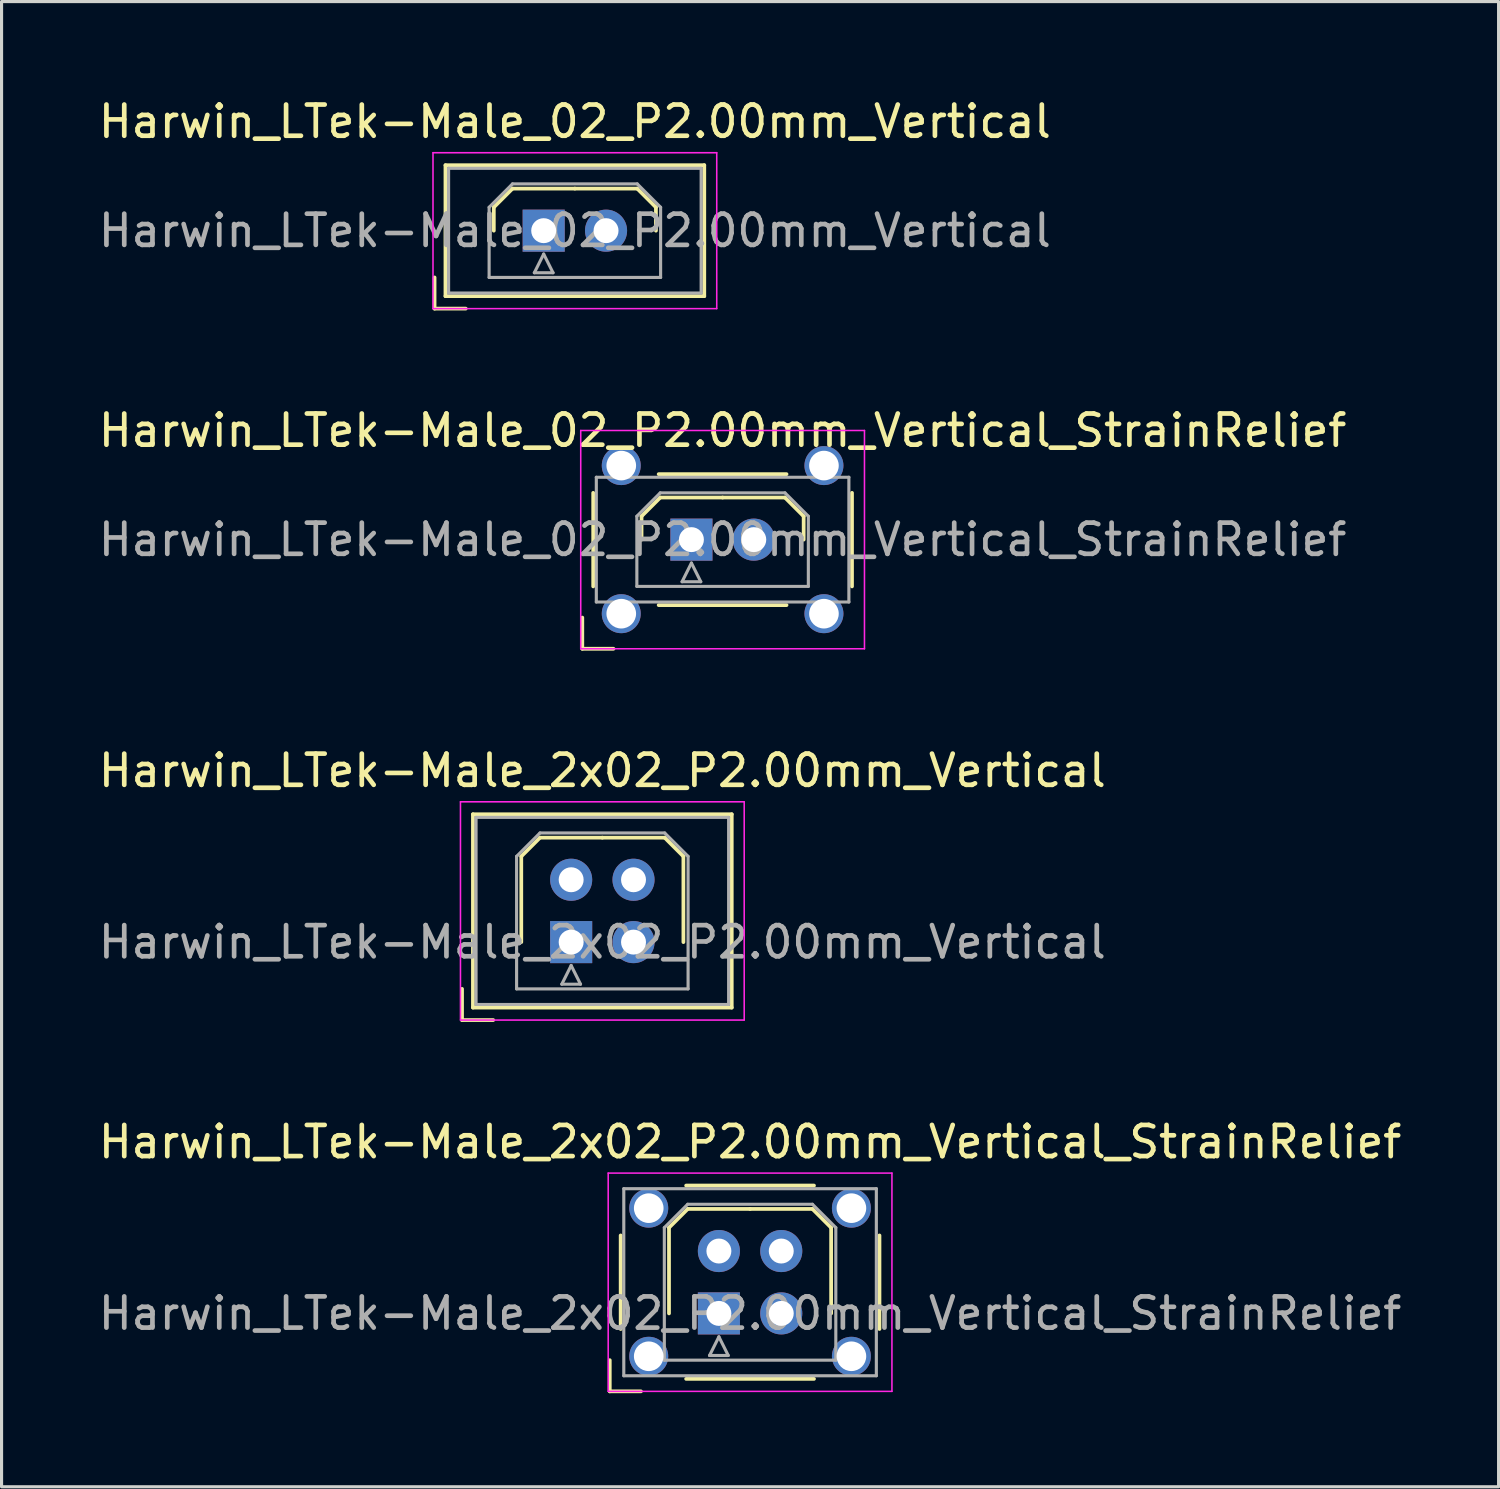
<source format=kicad_pcb>
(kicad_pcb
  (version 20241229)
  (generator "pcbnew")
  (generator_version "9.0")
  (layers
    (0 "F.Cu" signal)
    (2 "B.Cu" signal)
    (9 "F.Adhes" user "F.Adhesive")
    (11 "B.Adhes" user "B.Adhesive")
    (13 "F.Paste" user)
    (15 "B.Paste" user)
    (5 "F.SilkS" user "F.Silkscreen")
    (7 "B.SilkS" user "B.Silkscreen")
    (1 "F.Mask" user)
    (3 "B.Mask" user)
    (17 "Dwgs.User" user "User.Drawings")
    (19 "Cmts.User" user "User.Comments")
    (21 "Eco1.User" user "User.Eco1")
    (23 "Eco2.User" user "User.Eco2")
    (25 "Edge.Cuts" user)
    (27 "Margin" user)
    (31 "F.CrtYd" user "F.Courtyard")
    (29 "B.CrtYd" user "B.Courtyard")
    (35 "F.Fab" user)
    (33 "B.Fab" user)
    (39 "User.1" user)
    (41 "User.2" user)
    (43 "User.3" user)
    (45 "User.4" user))
  (footprint "Harwin_LTek-Male_02_P2.00mm_Vertical"
    (layer "F.Cu")
    (at 14.387 4.348)
    (property "Reference" "Harwin_LTek-Male_02_P2.00mm_Vertical" (at 1 -3.5 0) (layer "F.SilkS") (effects (font (size 1 1) (thickness 0.15))))
    (attr through_hole)
    (fp_line (start -3.5 1.5) (end -3.5 2.5) (stroke (width 0.12) (type solid)) (layer "F.SilkS"))
    (fp_line (start -3.5 2.5) (end -2.5 2.5) (stroke (width 0.12) (type solid)) (layer "F.SilkS"))
    (fp_line (start -3.15 -2.1) (end -3.15 2.1) (stroke (width 0.12) (type solid)) (layer "F.SilkS"))
    (fp_line (start -3.15 2.1) (end 5.15 2.1) (stroke (width 0.12) (type solid)) (layer "F.SilkS"))
    (fp_line (start -1.6 -0.75) (end -1 -1.35) (stroke (width 0.12) (type solid)) (layer "F.SilkS"))
    (fp_line (start -1.6 0) (end -1.6 -0.75) (stroke (width 0.12) (type solid)) (layer "F.SilkS"))
    (fp_line (start -1 -1.35) (end 1 -1.35) (stroke (width 0.12) (type solid)) (layer "F.SilkS"))
    (fp_line (start 3 -1.35) (end 1 -1.35) (stroke (width 0.12) (type solid)) (layer "F.SilkS"))
    (fp_line (start 3.6 -0.75) (end 3 -1.35) (stroke (width 0.12) (type solid)) (layer "F.SilkS"))
    (fp_line (start 3.6 0) (end 3.6 -0.75) (stroke (width 0.12) (type solid)) (layer "F.SilkS"))
    (fp_line (start 5.15 -2.1) (end -3.15 -2.1) (stroke (width 0.12) (type solid)) (layer "F.SilkS"))
    (fp_line (start 5.15 2.1) (end 5.15 -2.1) (stroke (width 0.12) (type solid)) (layer "F.SilkS"))
    (fp_line (start -3.55 -2.5) (end -3.55 2.5) (stroke (width 0.05) (type solid)) (layer "F.CrtYd"))
    (fp_line (start -3.55 2.5) (end 5.55 2.5) (stroke (width 0.05) (type solid)) (layer "F.CrtYd"))
    (fp_line (start 5.55 -2.5) (end -3.55 -2.5) (stroke (width 0.05) (type solid)) (layer "F.CrtYd"))
    (fp_line (start 5.55 2.5) (end 5.55 -2.5) (stroke (width 0.05) (type solid)) (layer "F.CrtYd"))
    (fp_line (start -3.05 -2) (end -3.05 2) (stroke (width 0.1) (type solid)) (layer "F.Fab"))
    (fp_line (start -3.05 2) (end 5.05 2) (stroke (width 0.1) (type solid)) (layer "F.Fab"))
    (fp_line (start -1.75 -0.75) (end -1 -1.5) (stroke (width 0.1) (type solid)) (layer "F.Fab"))
    (fp_line (start -1.75 1.5) (end -1.75 -0.75) (stroke (width 0.1) (type solid)) (layer "F.Fab"))
    (fp_line (start -1 -1.5) (end 3 -1.5) (stroke (width 0.1) (type solid)) (layer "F.Fab"))
    (fp_line (start -0.3 1.35) (end 0.3 1.35) (stroke (width 0.1) (type solid)) (layer "F.Fab"))
    (fp_line (start 0 0.75) (end -0.3 1.35) (stroke (width 0.1) (type solid)) (layer "F.Fab"))
    (fp_line (start 0.3 1.35) (end 0 0.75) (stroke (width 0.1) (type solid)) (layer "F.Fab"))
    (fp_line (start 3 -1.5) (end 3.75 -0.75) (stroke (width 0.1) (type solid)) (layer "F.Fab"))
    (fp_line (start 3.75 -0.75) (end 3.75 1.5) (stroke (width 0.1) (type solid)) (layer "F.Fab"))
    (fp_line (start 3.75 1.5) (end -1.75 1.5) (stroke (width 0.1) (type solid)) (layer "F.Fab"))
    (fp_line (start 5.05 -2) (end -3.05 -2) (stroke (width 0.1) (type solid)) (layer "F.Fab"))
    (fp_line (start 5.05 2) (end 5.05 -2) (stroke (width 0.1) (type solid)) (layer "F.Fab"))
    (fp_text user "${REFERENCE}" (at 1 0 0) (layer "F.Fab") (effects (font (size 1 1) (thickness 0.15))))
    (pad "1" thru_hole rect (at 0 0) (size 1.35 1.35) (drill 0.8) (layers "*.Cu" "*.Mask"))
    (pad "2" thru_hole circle (at 2 0) (size 1.35 1.35) (drill 0.8) (layers "*.Cu" "*.Mask")))
  (footprint "Harwin_LTek-Male_2x02_P2.00mm_Vertical"
    (layer "F.Cu")
    (at 15.268 27.165)
    (property "Reference" "Harwin_LTek-Male_2x02_P2.00mm_Vertical" (at 1 -5.5 0) (layer "F.SilkS") (effects (font (size 1 1) (thickness 0.15))))
    (attr through_hole)
    (fp_line (start -3.5 1.5) (end -3.5 2.5) (stroke (width 0.12) (type solid)) (layer "F.SilkS"))
    (fp_line (start -3.5 2.5) (end -2.5 2.5) (stroke (width 0.12) (type solid)) (layer "F.SilkS"))
    (fp_line (start -3.15 -4.1) (end -3.15 2.1) (stroke (width 0.12) (type solid)) (layer "F.SilkS"))
    (fp_line (start -3.15 2.1) (end 5.15 2.1) (stroke (width 0.12) (type solid)) (layer "F.SilkS"))
    (fp_line (start -1.6 -2.75) (end -1 -3.35) (stroke (width 0.12) (type solid)) (layer "F.SilkS"))
    (fp_line (start -1.6 0) (end -1.6 -2.75) (stroke (width 0.12) (type solid)) (layer "F.SilkS"))
    (fp_line (start -1 -3.35) (end 1 -3.35) (stroke (width 0.12) (type solid)) (layer "F.SilkS"))
    (fp_line (start 3 -3.35) (end 1 -3.35) (stroke (width 0.12) (type solid)) (layer "F.SilkS"))
    (fp_line (start 3.6 -2.75) (end 3 -3.35) (stroke (width 0.12) (type solid)) (layer "F.SilkS"))
    (fp_line (start 3.6 0) (end 3.6 -2.75) (stroke (width 0.12) (type solid)) (layer "F.SilkS"))
    (fp_line (start 5.15 -4.1) (end -3.15 -4.1) (stroke (width 0.12) (type solid)) (layer "F.SilkS"))
    (fp_line (start 5.15 2.1) (end 5.15 -4.1) (stroke (width 0.12) (type solid)) (layer "F.SilkS"))
    (fp_line (start -3.55 -4.5) (end -3.55 2.5) (stroke (width 0.05) (type solid)) (layer "F.CrtYd"))
    (fp_line (start -3.55 2.5) (end 5.55 2.5) (stroke (width 0.05) (type solid)) (layer "F.CrtYd"))
    (fp_line (start 5.55 -4.5) (end -3.55 -4.5) (stroke (width 0.05) (type solid)) (layer "F.CrtYd"))
    (fp_line (start 5.55 2.5) (end 5.55 -4.5) (stroke (width 0.05) (type solid)) (layer "F.CrtYd"))
    (fp_line (start -3.05 -4) (end -3.05 2) (stroke (width 0.1) (type solid)) (layer "F.Fab"))
    (fp_line (start -3.05 2) (end 5.05 2) (stroke (width 0.1) (type solid)) (layer "F.Fab"))
    (fp_line (start -1.75 -2.75) (end -1 -3.5) (stroke (width 0.1) (type solid)) (layer "F.Fab"))
    (fp_line (start -1.75 1.5) (end -1.75 -2.75) (stroke (width 0.1) (type solid)) (layer "F.Fab"))
    (fp_line (start -1 -3.5) (end 3 -3.5) (stroke (width 0.1) (type solid)) (layer "F.Fab"))
    (fp_line (start -0.3 1.35) (end 0.3 1.35) (stroke (width 0.1) (type solid)) (layer "F.Fab"))
    (fp_line (start 0 0.75) (end -0.3 1.35) (stroke (width 0.1) (type solid)) (layer "F.Fab"))
    (fp_line (start 0.3 1.35) (end 0 0.75) (stroke (width 0.1) (type solid)) (layer "F.Fab"))
    (fp_line (start 3 -3.5) (end 3.75 -2.75) (stroke (width 0.1) (type solid)) (layer "F.Fab"))
    (fp_line (start 3.75 -2.75) (end 3.75 1.5) (stroke (width 0.1) (type solid)) (layer "F.Fab"))
    (fp_line (start 3.75 1.5) (end -1.75 1.5) (stroke (width 0.1) (type solid)) (layer "F.Fab"))
    (fp_line (start 5.05 -4) (end -3.05 -4) (stroke (width 0.1) (type solid)) (layer "F.Fab"))
    (fp_line (start 5.05 2) (end 5.05 -4) (stroke (width 0.1) (type solid)) (layer "F.Fab"))
    (fp_text user "${REFERENCE}" (at 1 0 0) (layer "F.Fab") (effects (font (size 1 1) (thickness 0.15))))
    (pad "1" thru_hole rect (at 0 0) (size 1.35 1.35) (drill 0.8) (layers "*.Cu" "*.Mask"))
    (pad "2" thru_hole circle (at 0 -2) (size 1.35 1.35) (drill 0.8) (layers "*.Cu" "*.Mask"))
    (pad "3" thru_hole circle (at 2 0) (size 1.35 1.35) (drill 0.8) (layers "*.Cu" "*.Mask"))
    (pad "4" thru_hole circle (at 2 -2) (size 1.35 1.35) (drill 0.8) (layers "*.Cu" "*.Mask")))
  (footprint "Harwin_LTek-Male_2x02_P2.00mm_Vertical_StrainRelief"
    (layer "F.Cu")
    (at 20.006 39.073)
    (property "Reference" "Harwin_LTek-Male_2x02_P2.00mm_Vertical_StrainRelief" (at 1 -5.5 0) (layer "F.SilkS") (effects (font (size 1 1) (thickness 0.15))))
    (attr through_hole)
    (fp_line (start -3.5 1.5) (end -3.5 2.5) (stroke (width 0.12) (type solid)) (layer "F.SilkS"))
    (fp_line (start -3.5 2.5) (end -2.5 2.5) (stroke (width 0.12) (type solid)) (layer "F.SilkS"))
    (fp_line (start -3.15 -2.5) (end -3.15 0.5) (stroke (width 0.12) (type solid)) (layer "F.SilkS"))
    (fp_line (start -1.6 -2.75) (end -1 -3.35) (stroke (width 0.12) (type solid)) (layer "F.SilkS"))
    (fp_line (start -1.6 0) (end -1.6 -2.75) (stroke (width 0.12) (type solid)) (layer "F.SilkS"))
    (fp_line (start -1.05 -4.1) (end 3.05 -4.1) (stroke (width 0.12) (type solid)) (layer "F.SilkS"))
    (fp_line (start -1.05 2.1) (end 3.05 2.1) (stroke (width 0.12) (type solid)) (layer "F.SilkS"))
    (fp_line (start -1 -3.35) (end 1 -3.35) (stroke (width 0.12) (type solid)) (layer "F.SilkS"))
    (fp_line (start 3 -3.35) (end 1 -3.35) (stroke (width 0.12) (type solid)) (layer "F.SilkS"))
    (fp_line (start 3.6 -2.75) (end 3 -3.35) (stroke (width 0.12) (type solid)) (layer "F.SilkS"))
    (fp_line (start 3.6 0) (end 3.6 -2.75) (stroke (width 0.12) (type solid)) (layer "F.SilkS"))
    (fp_line (start 5.15 -2.5) (end 5.15 0.5) (stroke (width 0.12) (type solid)) (layer "F.SilkS"))
    (fp_line (start -3.55 -4.5) (end -3.55 2.5) (stroke (width 0.05) (type solid)) (layer "F.CrtYd"))
    (fp_line (start -3.55 2.5) (end 5.55 2.5) (stroke (width 0.05) (type solid)) (layer "F.CrtYd"))
    (fp_line (start 5.55 -4.5) (end -3.55 -4.5) (stroke (width 0.05) (type solid)) (layer "F.CrtYd"))
    (fp_line (start 5.55 2.5) (end 5.55 -4.5) (stroke (width 0.05) (type solid)) (layer "F.CrtYd"))
    (fp_line (start -3.05 -4) (end -3.05 2) (stroke (width 0.1) (type solid)) (layer "F.Fab"))
    (fp_line (start -3.05 2) (end 5.05 2) (stroke (width 0.1) (type solid)) (layer "F.Fab"))
    (fp_line (start -1.75 -2.75) (end -1 -3.5) (stroke (width 0.1) (type solid)) (layer "F.Fab"))
    (fp_line (start -1.75 1.5) (end -1.75 -2.75) (stroke (width 0.1) (type solid)) (layer "F.Fab"))
    (fp_line (start -1 -3.5) (end 3 -3.5) (stroke (width 0.1) (type solid)) (layer "F.Fab"))
    (fp_line (start -0.3 1.35) (end 0.3 1.35) (stroke (width 0.1) (type solid)) (layer "F.Fab"))
    (fp_line (start 0 0.75) (end -0.3 1.35) (stroke (width 0.1) (type solid)) (layer "F.Fab"))
    (fp_line (start 0.3 1.35) (end 0 0.75) (stroke (width 0.1) (type solid)) (layer "F.Fab"))
    (fp_line (start 3 -3.5) (end 3.75 -2.75) (stroke (width 0.1) (type solid)) (layer "F.Fab"))
    (fp_line (start 3.75 -2.75) (end 3.75 1.5) (stroke (width 0.1) (type solid)) (layer "F.Fab"))
    (fp_line (start 3.75 1.5) (end -1.75 1.5) (stroke (width 0.1) (type solid)) (layer "F.Fab"))
    (fp_line (start 5.05 -4) (end -3.05 -4) (stroke (width 0.1) (type solid)) (layer "F.Fab"))
    (fp_line (start 5.05 2) (end 5.05 -4) (stroke (width 0.1) (type solid)) (layer "F.Fab"))
    (fp_text user "${REFERENCE}" (at 1 0 0) (layer "F.Fab") (effects (font (size 1 1) (thickness 0.15))))
    (pad "" thru_hole circle (at -2.25 -3.375) (size 1.25 1.25) (drill 0.95) (layers "*.Cu" "*.Mask"))
    (pad "" thru_hole circle (at -2.25 1.375) (size 1.25 1.25) (drill 0.95) (layers "*.Cu" "*.Mask"))
    (pad "" thru_hole circle (at 4.25 -3.375) (size 1.25 1.25) (drill 0.95) (layers "*.Cu" "*.Mask"))
    (pad "" thru_hole circle (at 4.25 1.375) (size 1.25 1.25) (drill 0.95) (layers "*.Cu" "*.Mask"))
    (pad "1" thru_hole rect (at 0 0) (size 1.35 1.35) (drill 0.8) (layers "*.Cu" "*.Mask"))
    (pad "2" thru_hole circle (at 0 -2) (size 1.35 1.35) (drill 0.8) (layers "*.Cu" "*.Mask"))
    (pad "3" thru_hole circle (at 2 0) (size 1.35 1.35) (drill 0.8) (layers "*.Cu" "*.Mask"))
    (pad "4" thru_hole circle (at 2 -2) (size 1.35 1.35) (drill 0.8) (layers "*.Cu" "*.Mask")))
  (footprint "Harwin_LTek-Male_02_P2.00mm_Vertical_StrainRelief"
    (layer "F.Cu")
    (at 19.125 14.257)
    (property "Reference" "Harwin_LTek-Male_02_P2.00mm_Vertical_StrainRelief" (at 1 -3.5 0) (layer "F.SilkS") (effects (font (size 1 1) (thickness 0.15))))
    (attr through_hole)
    (fp_line (start -3.5 2.5) (end -3.5 3.5) (stroke (width 0.12) (type solid)) (layer "F.SilkS"))
    (fp_line (start -3.5 3.5) (end -2.5 3.5) (stroke (width 0.12) (type solid)) (layer "F.SilkS"))
    (fp_line (start -3.15 -1.5) (end -3.15 1.5) (stroke (width 0.12) (type solid)) (layer "F.SilkS"))
    (fp_line (start -1.6 -0.75) (end -1 -1.35) (stroke (width 0.12) (type solid)) (layer "F.SilkS"))
    (fp_line (start -1.6 0) (end -1.6 -0.75) (stroke (width 0.12) (type solid)) (layer "F.SilkS"))
    (fp_line (start -1.05 -2.1) (end 3.05 -2.1) (stroke (width 0.12) (type solid)) (layer "F.SilkS"))
    (fp_line (start -1.05 2.1) (end 3.05 2.1) (stroke (width 0.12) (type solid)) (layer "F.SilkS"))
    (fp_line (start -1 -1.35) (end 1 -1.35) (stroke (width 0.12) (type solid)) (layer "F.SilkS"))
    (fp_line (start 3 -1.35) (end 1 -1.35) (stroke (width 0.12) (type solid)) (layer "F.SilkS"))
    (fp_line (start 3.6 -0.75) (end 3 -1.35) (stroke (width 0.12) (type solid)) (layer "F.SilkS"))
    (fp_line (start 3.6 0) (end 3.6 -0.75) (stroke (width 0.12) (type solid)) (layer "F.SilkS"))
    (fp_line (start 5.15 -1.5) (end 5.15 1.5) (stroke (width 0.12) (type solid)) (layer "F.SilkS"))
    (fp_line (start -3.55 -3.5) (end -3.55 3.5) (stroke (width 0.05) (type solid)) (layer "F.CrtYd"))
    (fp_line (start -3.55 3.5) (end 5.55 3.5) (stroke (width 0.05) (type solid)) (layer "F.CrtYd"))
    (fp_line (start 5.55 -3.5) (end -3.55 -3.5) (stroke (width 0.05) (type solid)) (layer "F.CrtYd"))
    (fp_line (start 5.55 3.5) (end 5.55 -3.5) (stroke (width 0.05) (type solid)) (layer "F.CrtYd"))
    (fp_line (start -3.05 -2) (end -3.05 2) (stroke (width 0.1) (type solid)) (layer "F.Fab"))
    (fp_line (start -3.05 2) (end 5.05 2) (stroke (width 0.1) (type solid)) (layer "F.Fab"))
    (fp_line (start -1.75 -0.75) (end -1 -1.5) (stroke (width 0.1) (type solid)) (layer "F.Fab"))
    (fp_line (start -1.75 1.5) (end -1.75 -0.75) (stroke (width 0.1) (type solid)) (layer "F.Fab"))
    (fp_line (start -1 -1.5) (end 3 -1.5) (stroke (width 0.1) (type solid)) (layer "F.Fab"))
    (fp_line (start -0.3 1.35) (end 0.3 1.35) (stroke (width 0.1) (type solid)) (layer "F.Fab"))
    (fp_line (start 0 0.75) (end -0.3 1.35) (stroke (width 0.1) (type solid)) (layer "F.Fab"))
    (fp_line (start 0.3 1.35) (end 0 0.75) (stroke (width 0.1) (type solid)) (layer "F.Fab"))
    (fp_line (start 3 -1.5) (end 3.75 -0.75) (stroke (width 0.1) (type solid)) (layer "F.Fab"))
    (fp_line (start 3.75 -0.75) (end 3.75 1.5) (stroke (width 0.1) (type solid)) (layer "F.Fab"))
    (fp_line (start 3.75 1.5) (end -1.75 1.5) (stroke (width 0.1) (type solid)) (layer "F.Fab"))
    (fp_line (start 5.05 -2) (end -3.05 -2) (stroke (width 0.1) (type solid)) (layer "F.Fab"))
    (fp_line (start 5.05 2) (end 5.05 -2) (stroke (width 0.1) (type solid)) (layer "F.Fab"))
    (fp_text user "${REFERENCE}" (at 1 0 0) (layer "F.Fab") (effects (font (size 1 1) (thickness 0.15))))
    (pad "" thru_hole circle (at -2.25 -2.375) (size 1.25 1.25) (drill 0.95) (layers "*.Cu" "*.Mask"))
    (pad "" thru_hole circle (at -2.25 2.375) (size 1.25 1.25) (drill 0.95) (layers "*.Cu" "*.Mask"))
    (pad "" thru_hole circle (at 4.25 -2.375) (size 1.25 1.25) (drill 0.95) (layers "*.Cu" "*.Mask"))
    (pad "" thru_hole circle (at 4.25 2.375) (size 1.25 1.25) (drill 0.95) (layers "*.Cu" "*.Mask"))
    (pad "1" thru_hole rect (at 0 0) (size 1.35 1.35) (drill 0.8) (layers "*.Cu" "*.Mask"))
    (pad "2" thru_hole circle (at 2 0) (size 1.35 1.35) (drill 0.8) (layers "*.Cu" "*.Mask")))
  (gr_rect
    (start -3 -3)
    (end 45.012 44.633)
    (stroke (width 0.1) (type default))
    (fill no)
    (layer "Edge.Cuts")))
</source>
